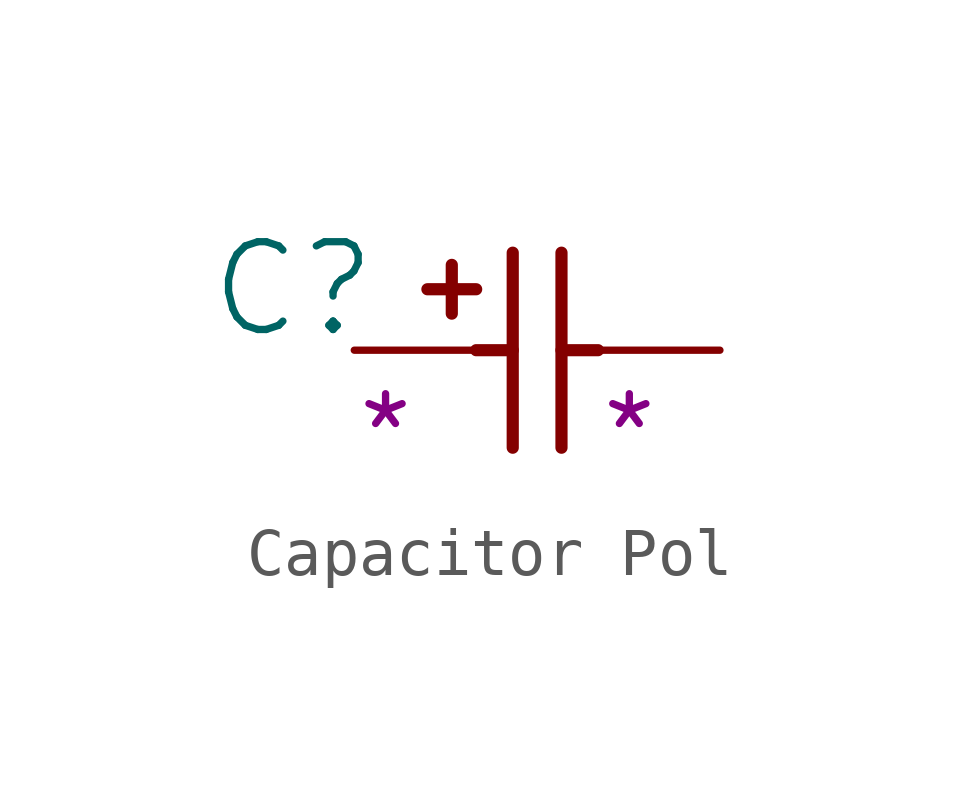
<source format=kicad_sym>
(kicad_symbol_lib
  (version 20231120)
  (generator "kicad_symbol_editor")
  (generator_version "8.0")
  (symbol "Capacitor Pol"
    (property "Reference" "C"
      (at -1.27 1.27 0)
      (effects (font (size 1.829 1.829))))
    (property "Voltage" "*"
      (at 0 -2.54 0)
      (effects (font (size 1.448 1.448)) (justify left bottom)))
    (property "Dielectric" "*"
      (at 5.08 -2.54 0)
      (effects (font (size 1.448 1.448)) (justify left bottom)))
    (symbol "Capacitor Pol_1_0"
      (polyline (pts (xy 2.032 0.762) (xy 2.032 1.778)) (stroke (width 0.254) (type solid)) (fill (type none)))
      (polyline (pts (xy 2.54 0) (xy 3.302 0)) (stroke (width 0.254) (type solid)) (fill (type none)))
      (polyline (pts (xy 2.54 1.27) (xy 1.524 1.27)) (stroke (width 0.254) (type solid)) (fill (type none)))
      (polyline (pts (xy 3.302 -2.032) (xy 3.302 2.032)) (stroke (width 0.254) (type solid)) (fill (type none)))
      (polyline (pts (xy 4.318 -2.032) (xy 4.318 2.032)) (stroke (width 0.254) (type solid)) (fill (type none)))
      (polyline (pts (xy 5.08 0) (xy 4.318 0)) (stroke (width 0.254) (type solid)) (fill (type none)))
      (pin passive line (at 0 0 0) (length 2.54) (name "1" (effects (font (size 0 0)))) (number "1" (effects (font (size 0 0)))))
      (pin passive line (at 7.62 0 180) (length 2.54) (name "2" (effects (font (size 0 0)))) (number "2" (effects (font (size 0 0))))))))
</source>
